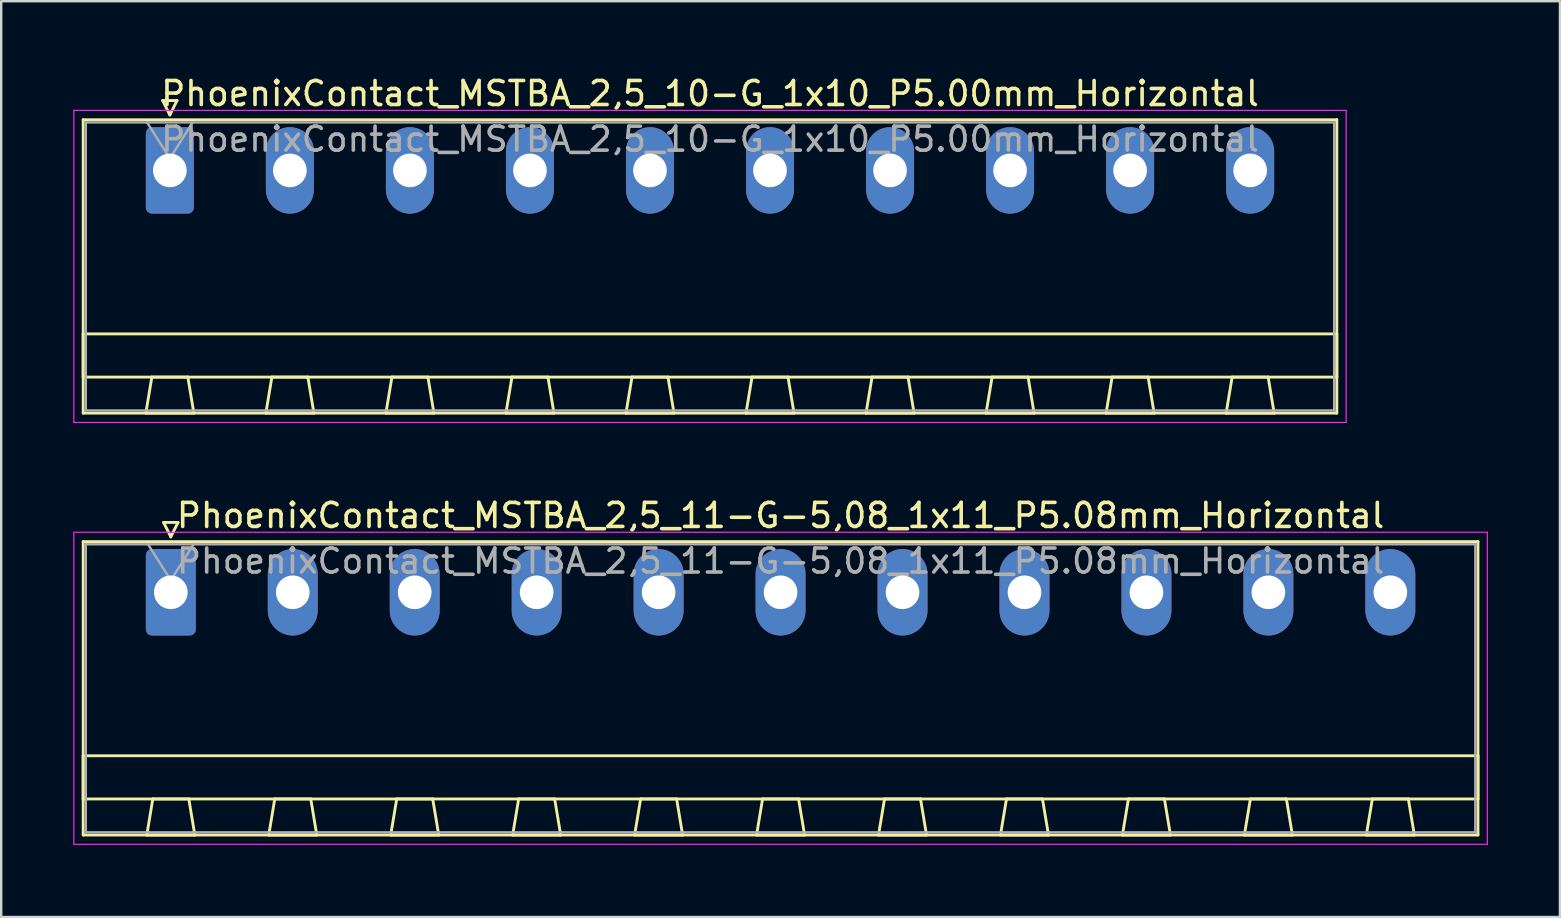
<source format=kicad_pcb>
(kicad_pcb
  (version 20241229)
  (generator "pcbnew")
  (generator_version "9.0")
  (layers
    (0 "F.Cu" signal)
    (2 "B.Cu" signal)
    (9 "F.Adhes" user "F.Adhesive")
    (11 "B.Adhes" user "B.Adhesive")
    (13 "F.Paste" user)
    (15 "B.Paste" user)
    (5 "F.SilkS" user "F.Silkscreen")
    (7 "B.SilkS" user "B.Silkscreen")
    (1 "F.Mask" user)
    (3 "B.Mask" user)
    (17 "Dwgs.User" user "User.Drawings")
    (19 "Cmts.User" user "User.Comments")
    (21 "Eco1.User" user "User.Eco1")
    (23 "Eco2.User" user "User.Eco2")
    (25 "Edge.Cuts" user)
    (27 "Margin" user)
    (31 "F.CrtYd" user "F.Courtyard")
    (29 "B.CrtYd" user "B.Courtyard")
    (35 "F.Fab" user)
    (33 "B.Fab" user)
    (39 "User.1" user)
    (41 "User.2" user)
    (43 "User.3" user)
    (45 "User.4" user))
  (footprint "PhoenixContact_MSTBA_2,5_10-G_1x10_P5.00mm_Horizontal"
    (layer "F.Cu")
    (at 4.025 4.048)
    (property "Reference" "PhoenixContact_MSTBA_2,5_10-G_1x10_P5.00mm_Horizontal" (at 22.5 -3.2 0) (layer "F.SilkS") (effects (font (size 1 1) (thickness 0.15))))
    (attr through_hole)
    (fp_line (start -3.61 -2.11) (end -3.61 10.11) (stroke (width 0.12) (type solid)) (layer "F.SilkS"))
    (fp_line (start -3.61 6.81) (end 48.61 6.81) (stroke (width 0.12) (type solid)) (layer "F.SilkS"))
    (fp_line (start -3.61 8.61) (end -3.61 6.81) (stroke (width 0.12) (type solid)) (layer "F.SilkS"))
    (fp_line (start -3.61 10.11) (end 48.61 10.11) (stroke (width 0.12) (type solid)) (layer "F.SilkS"))
    (fp_line (start -1 10.11) (end 1 10.11) (stroke (width 0.12) (type solid)) (layer "F.SilkS"))
    (fp_line (start -0.75 8.61) (end -1 10.11) (stroke (width 0.12) (type solid)) (layer "F.SilkS"))
    (fp_line (start -0.3 -2.91) (end 0.3 -2.91) (stroke (width 0.12) (type solid)) (layer "F.SilkS"))
    (fp_line (start 0 -2.31) (end -0.3 -2.91) (stroke (width 0.12) (type solid)) (layer "F.SilkS"))
    (fp_line (start 0.3 -2.91) (end 0 -2.31) (stroke (width 0.12) (type solid)) (layer "F.SilkS"))
    (fp_line (start 0.75 8.61) (end -0.75 8.61) (stroke (width 0.12) (type solid)) (layer "F.SilkS"))
    (fp_line (start 1 10.11) (end 0.75 8.61) (stroke (width 0.12) (type solid)) (layer "F.SilkS"))
    (fp_line (start 4 10.11) (end 6 10.11) (stroke (width 0.12) (type solid)) (layer "F.SilkS"))
    (fp_line (start 4.25 8.61) (end 4 10.11) (stroke (width 0.12) (type solid)) (layer "F.SilkS"))
    (fp_line (start 5.75 8.61) (end 4.25 8.61) (stroke (width 0.12) (type solid)) (layer "F.SilkS"))
    (fp_line (start 6 10.11) (end 5.75 8.61) (stroke (width 0.12) (type solid)) (layer "F.SilkS"))
    (fp_line (start 9 10.11) (end 11 10.11) (stroke (width 0.12) (type solid)) (layer "F.SilkS"))
    (fp_line (start 9.25 8.61) (end 9 10.11) (stroke (width 0.12) (type solid)) (layer "F.SilkS"))
    (fp_line (start 10.75 8.61) (end 9.25 8.61) (stroke (width 0.12) (type solid)) (layer "F.SilkS"))
    (fp_line (start 11 10.11) (end 10.75 8.61) (stroke (width 0.12) (type solid)) (layer "F.SilkS"))
    (fp_line (start 14 10.11) (end 16 10.11) (stroke (width 0.12) (type solid)) (layer "F.SilkS"))
    (fp_line (start 14.25 8.61) (end 14 10.11) (stroke (width 0.12) (type solid)) (layer "F.SilkS"))
    (fp_line (start 15.75 8.61) (end 14.25 8.61) (stroke (width 0.12) (type solid)) (layer "F.SilkS"))
    (fp_line (start 16 10.11) (end 15.75 8.61) (stroke (width 0.12) (type solid)) (layer "F.SilkS"))
    (fp_line (start 19 10.11) (end 21 10.11) (stroke (width 0.12) (type solid)) (layer "F.SilkS"))
    (fp_line (start 19.25 8.61) (end 19 10.11) (stroke (width 0.12) (type solid)) (layer "F.SilkS"))
    (fp_line (start 20.75 8.61) (end 19.25 8.61) (stroke (width 0.12) (type solid)) (layer "F.SilkS"))
    (fp_line (start 21 10.11) (end 20.75 8.61) (stroke (width 0.12) (type solid)) (layer "F.SilkS"))
    (fp_line (start 24 10.11) (end 26 10.11) (stroke (width 0.12) (type solid)) (layer "F.SilkS"))
    (fp_line (start 24.25 8.61) (end 24 10.11) (stroke (width 0.12) (type solid)) (layer "F.SilkS"))
    (fp_line (start 25.75 8.61) (end 24.25 8.61) (stroke (width 0.12) (type solid)) (layer "F.SilkS"))
    (fp_line (start 26 10.11) (end 25.75 8.61) (stroke (width 0.12) (type solid)) (layer "F.SilkS"))
    (fp_line (start 29 10.11) (end 31 10.11) (stroke (width 0.12) (type solid)) (layer "F.SilkS"))
    (fp_line (start 29.25 8.61) (end 29 10.11) (stroke (width 0.12) (type solid)) (layer "F.SilkS"))
    (fp_line (start 30.75 8.61) (end 29.25 8.61) (stroke (width 0.12) (type solid)) (layer "F.SilkS"))
    (fp_line (start 31 10.11) (end 30.75 8.61) (stroke (width 0.12) (type solid)) (layer "F.SilkS"))
    (fp_line (start 34 10.11) (end 36 10.11) (stroke (width 0.12) (type solid)) (layer "F.SilkS"))
    (fp_line (start 34.25 8.61) (end 34 10.11) (stroke (width 0.12) (type solid)) (layer "F.SilkS"))
    (fp_line (start 35.75 8.61) (end 34.25 8.61) (stroke (width 0.12) (type solid)) (layer "F.SilkS"))
    (fp_line (start 36 10.11) (end 35.75 8.61) (stroke (width 0.12) (type solid)) (layer "F.SilkS"))
    (fp_line (start 39 10.11) (end 41 10.11) (stroke (width 0.12) (type solid)) (layer "F.SilkS"))
    (fp_line (start 39.25 8.61) (end 39 10.11) (stroke (width 0.12) (type solid)) (layer "F.SilkS"))
    (fp_line (start 40.75 8.61) (end 39.25 8.61) (stroke (width 0.12) (type solid)) (layer "F.SilkS"))
    (fp_line (start 41 10.11) (end 40.75 8.61) (stroke (width 0.12) (type solid)) (layer "F.SilkS"))
    (fp_line (start 44 10.11) (end 46 10.11) (stroke (width 0.12) (type solid)) (layer "F.SilkS"))
    (fp_line (start 44.25 8.61) (end 44 10.11) (stroke (width 0.12) (type solid)) (layer "F.SilkS"))
    (fp_line (start 45.75 8.61) (end 44.25 8.61) (stroke (width 0.12) (type solid)) (layer "F.SilkS"))
    (fp_line (start 46 10.11) (end 45.75 8.61) (stroke (width 0.12) (type solid)) (layer "F.SilkS"))
    (fp_line (start 48.61 -2.11) (end -3.61 -2.11) (stroke (width 0.12) (type solid)) (layer "F.SilkS"))
    (fp_line (start 48.61 6.81) (end 48.61 8.61) (stroke (width 0.12) (type solid)) (layer "F.SilkS"))
    (fp_line (start 48.61 8.61) (end -3.61 8.61) (stroke (width 0.12) (type solid)) (layer "F.SilkS"))
    (fp_line (start 48.61 10.11) (end 48.61 -2.11) (stroke (width 0.12) (type solid)) (layer "F.SilkS"))
    (fp_line (start -4 -2.5) (end -4 10.5) (stroke (width 0.05) (type solid)) (layer "F.CrtYd"))
    (fp_line (start -4 10.5) (end 49 10.5) (stroke (width 0.05) (type solid)) (layer "F.CrtYd"))
    (fp_line (start 49 -2.5) (end -4 -2.5) (stroke (width 0.05) (type solid)) (layer "F.CrtYd"))
    (fp_line (start 49 10.5) (end 49 -2.5) (stroke (width 0.05) (type solid)) (layer "F.CrtYd"))
    (fp_line (start -3.5 -2) (end -3.5 10) (stroke (width 0.1) (type solid)) (layer "F.Fab"))
    (fp_line (start -3.5 10) (end 48.5 10) (stroke (width 0.1) (type solid)) (layer "F.Fab"))
    (fp_line (start 0 -0.5) (end -0.95 -2) (stroke (width 0.1) (type solid)) (layer "F.Fab"))
    (fp_line (start 0.95 -2) (end 0 -0.5) (stroke (width 0.1) (type solid)) (layer "F.Fab"))
    (fp_line (start 48.5 -2) (end -3.5 -2) (stroke (width 0.1) (type solid)) (layer "F.Fab"))
    (fp_line (start 48.5 10) (end 48.5 -2) (stroke (width 0.1) (type solid)) (layer "F.Fab"))
    (fp_text user "${REFERENCE}" (at 22.5 -1.3 0) (layer "F.Fab") (effects (font (size 1 1) (thickness 0.15))))
    (pad "1" thru_hole roundrect (at 0 0) (size 2 3.6) (drill 1.4) (layers "*.Cu" "*.Mask") (roundrect_rratio 0.125))
    (pad "2" thru_hole oval (at 5 0) (size 2 3.6) (drill 1.4) (layers "*.Cu" "*.Mask"))
    (pad "3" thru_hole oval (at 10 0) (size 2 3.6) (drill 1.4) (layers "*.Cu" "*.Mask"))
    (pad "4" thru_hole oval (at 15 0) (size 2 3.6) (drill 1.4) (layers "*.Cu" "*.Mask"))
    (pad "5" thru_hole oval (at 20 0) (size 2 3.6) (drill 1.4) (layers "*.Cu" "*.Mask"))
    (pad "6" thru_hole oval (at 25 0) (size 2 3.6) (drill 1.4) (layers "*.Cu" "*.Mask"))
    (pad "7" thru_hole oval (at 30 0) (size 2 3.6) (drill 1.4) (layers "*.Cu" "*.Mask"))
    (pad "8" thru_hole oval (at 35 0) (size 2 3.6) (drill 1.4) (layers "*.Cu" "*.Mask"))
    (pad "9" thru_hole oval (at 40 0) (size 2 3.6) (drill 1.4) (layers "*.Cu" "*.Mask"))
    (pad "10" thru_hole oval (at 45 0) (size 2 3.6) (drill 1.4) (layers "*.Cu" "*.Mask")))
  (footprint "PhoenixContact_MSTBA_2,5_11-G-5,08_1x11_P5.08mm_Horizontal"
    (layer "F.Cu")
    (at 4.065 21.622)
    (property "Reference" "PhoenixContact_MSTBA_2,5_11-G-5,08_1x11_P5.08mm_Horizontal" (at 25.4 -3.2 0) (layer "F.SilkS") (effects (font (size 1 1) (thickness 0.15))))
    (attr through_hole)
    (fp_line (start -3.65 -2.11) (end -3.65 10.11) (stroke (width 0.12) (type solid)) (layer "F.SilkS"))
    (fp_line (start -3.65 6.81) (end 54.45 6.81) (stroke (width 0.12) (type solid)) (layer "F.SilkS"))
    (fp_line (start -3.65 8.61) (end -3.65 6.81) (stroke (width 0.12) (type solid)) (layer "F.SilkS"))
    (fp_line (start -3.65 10.11) (end 54.45 10.11) (stroke (width 0.12) (type solid)) (layer "F.SilkS"))
    (fp_line (start -1 10.11) (end 1 10.11) (stroke (width 0.12) (type solid)) (layer "F.SilkS"))
    (fp_line (start -0.75 8.61) (end -1 10.11) (stroke (width 0.12) (type solid)) (layer "F.SilkS"))
    (fp_line (start -0.3 -2.91) (end 0.3 -2.91) (stroke (width 0.12) (type solid)) (layer "F.SilkS"))
    (fp_line (start 0 -2.31) (end -0.3 -2.91) (stroke (width 0.12) (type solid)) (layer "F.SilkS"))
    (fp_line (start 0.3 -2.91) (end 0 -2.31) (stroke (width 0.12) (type solid)) (layer "F.SilkS"))
    (fp_line (start 0.75 8.61) (end -0.75 8.61) (stroke (width 0.12) (type solid)) (layer "F.SilkS"))
    (fp_line (start 1 10.11) (end 0.75 8.61) (stroke (width 0.12) (type solid)) (layer "F.SilkS"))
    (fp_line (start 4.08 10.11) (end 6.08 10.11) (stroke (width 0.12) (type solid)) (layer "F.SilkS"))
    (fp_line (start 4.33 8.61) (end 4.08 10.11) (stroke (width 0.12) (type solid)) (layer "F.SilkS"))
    (fp_line (start 5.83 8.61) (end 4.33 8.61) (stroke (width 0.12) (type solid)) (layer "F.SilkS"))
    (fp_line (start 6.08 10.11) (end 5.83 8.61) (stroke (width 0.12) (type solid)) (layer "F.SilkS"))
    (fp_line (start 9.16 10.11) (end 11.16 10.11) (stroke (width 0.12) (type solid)) (layer "F.SilkS"))
    (fp_line (start 9.41 8.61) (end 9.16 10.11) (stroke (width 0.12) (type solid)) (layer "F.SilkS"))
    (fp_line (start 10.91 8.61) (end 9.41 8.61) (stroke (width 0.12) (type solid)) (layer "F.SilkS"))
    (fp_line (start 11.16 10.11) (end 10.91 8.61) (stroke (width 0.12) (type solid)) (layer "F.SilkS"))
    (fp_line (start 14.24 10.11) (end 16.24 10.11) (stroke (width 0.12) (type solid)) (layer "F.SilkS"))
    (fp_line (start 14.49 8.61) (end 14.24 10.11) (stroke (width 0.12) (type solid)) (layer "F.SilkS"))
    (fp_line (start 15.99 8.61) (end 14.49 8.61) (stroke (width 0.12) (type solid)) (layer "F.SilkS"))
    (fp_line (start 16.24 10.11) (end 15.99 8.61) (stroke (width 0.12) (type solid)) (layer "F.SilkS"))
    (fp_line (start 19.32 10.11) (end 21.32 10.11) (stroke (width 0.12) (type solid)) (layer "F.SilkS"))
    (fp_line (start 19.57 8.61) (end 19.32 10.11) (stroke (width 0.12) (type solid)) (layer "F.SilkS"))
    (fp_line (start 21.07 8.61) (end 19.57 8.61) (stroke (width 0.12) (type solid)) (layer "F.SilkS"))
    (fp_line (start 21.32 10.11) (end 21.07 8.61) (stroke (width 0.12) (type solid)) (layer "F.SilkS"))
    (fp_line (start 24.4 10.11) (end 26.4 10.11) (stroke (width 0.12) (type solid)) (layer "F.SilkS"))
    (fp_line (start 24.65 8.61) (end 24.4 10.11) (stroke (width 0.12) (type solid)) (layer "F.SilkS"))
    (fp_line (start 26.15 8.61) (end 24.65 8.61) (stroke (width 0.12) (type solid)) (layer "F.SilkS"))
    (fp_line (start 26.4 10.11) (end 26.15 8.61) (stroke (width 0.12) (type solid)) (layer "F.SilkS"))
    (fp_line (start 29.48 10.11) (end 31.48 10.11) (stroke (width 0.12) (type solid)) (layer "F.SilkS"))
    (fp_line (start 29.73 8.61) (end 29.48 10.11) (stroke (width 0.12) (type solid)) (layer "F.SilkS"))
    (fp_line (start 31.23 8.61) (end 29.73 8.61) (stroke (width 0.12) (type solid)) (layer "F.SilkS"))
    (fp_line (start 31.48 10.11) (end 31.23 8.61) (stroke (width 0.12) (type solid)) (layer "F.SilkS"))
    (fp_line (start 34.56 10.11) (end 36.56 10.11) (stroke (width 0.12) (type solid)) (layer "F.SilkS"))
    (fp_line (start 34.81 8.61) (end 34.56 10.11) (stroke (width 0.12) (type solid)) (layer "F.SilkS"))
    (fp_line (start 36.31 8.61) (end 34.81 8.61) (stroke (width 0.12) (type solid)) (layer "F.SilkS"))
    (fp_line (start 36.56 10.11) (end 36.31 8.61) (stroke (width 0.12) (type solid)) (layer "F.SilkS"))
    (fp_line (start 39.64 10.11) (end 41.64 10.11) (stroke (width 0.12) (type solid)) (layer "F.SilkS"))
    (fp_line (start 39.89 8.61) (end 39.64 10.11) (stroke (width 0.12) (type solid)) (layer "F.SilkS"))
    (fp_line (start 41.39 8.61) (end 39.89 8.61) (stroke (width 0.12) (type solid)) (layer "F.SilkS"))
    (fp_line (start 41.64 10.11) (end 41.39 8.61) (stroke (width 0.12) (type solid)) (layer "F.SilkS"))
    (fp_line (start 44.72 10.11) (end 46.72 10.11) (stroke (width 0.12) (type solid)) (layer "F.SilkS"))
    (fp_line (start 44.97 8.61) (end 44.72 10.11) (stroke (width 0.12) (type solid)) (layer "F.SilkS"))
    (fp_line (start 46.47 8.61) (end 44.97 8.61) (stroke (width 0.12) (type solid)) (layer "F.SilkS"))
    (fp_line (start 46.72 10.11) (end 46.47 8.61) (stroke (width 0.12) (type solid)) (layer "F.SilkS"))
    (fp_line (start 49.8 10.11) (end 51.8 10.11) (stroke (width 0.12) (type solid)) (layer "F.SilkS"))
    (fp_line (start 50.05 8.61) (end 49.8 10.11) (stroke (width 0.12) (type solid)) (layer "F.SilkS"))
    (fp_line (start 51.55 8.61) (end 50.05 8.61) (stroke (width 0.12) (type solid)) (layer "F.SilkS"))
    (fp_line (start 51.8 10.11) (end 51.55 8.61) (stroke (width 0.12) (type solid)) (layer "F.SilkS"))
    (fp_line (start 54.45 -2.11) (end -3.65 -2.11) (stroke (width 0.12) (type solid)) (layer "F.SilkS"))
    (fp_line (start 54.45 6.81) (end 54.45 8.61) (stroke (width 0.12) (type solid)) (layer "F.SilkS"))
    (fp_line (start 54.45 8.61) (end -3.65 8.61) (stroke (width 0.12) (type solid)) (layer "F.SilkS"))
    (fp_line (start 54.45 10.11) (end 54.45 -2.11) (stroke (width 0.12) (type solid)) (layer "F.SilkS"))
    (fp_line (start -4.04 -2.5) (end -4.04 10.5) (stroke (width 0.05) (type solid)) (layer "F.CrtYd"))
    (fp_line (start -4.04 10.5) (end 54.84 10.5) (stroke (width 0.05) (type solid)) (layer "F.CrtYd"))
    (fp_line (start 54.84 -2.5) (end -4.04 -2.5) (stroke (width 0.05) (type solid)) (layer "F.CrtYd"))
    (fp_line (start 54.84 10.5) (end 54.84 -2.5) (stroke (width 0.05) (type solid)) (layer "F.CrtYd"))
    (fp_line (start -3.54 -2) (end -3.54 10) (stroke (width 0.1) (type solid)) (layer "F.Fab"))
    (fp_line (start -3.54 10) (end 54.34 10) (stroke (width 0.1) (type solid)) (layer "F.Fab"))
    (fp_line (start 0 -0.5) (end -0.95 -2) (stroke (width 0.1) (type solid)) (layer "F.Fab"))
    (fp_line (start 0.95 -2) (end 0 -0.5) (stroke (width 0.1) (type solid)) (layer "F.Fab"))
    (fp_line (start 54.34 -2) (end -3.54 -2) (stroke (width 0.1) (type solid)) (layer "F.Fab"))
    (fp_line (start 54.34 10) (end 54.34 -2) (stroke (width 0.1) (type solid)) (layer "F.Fab"))
    (fp_text user "${REFERENCE}" (at 25.4 -1.3 0) (layer "F.Fab") (effects (font (size 1 1) (thickness 0.15))))
    (pad "1" thru_hole roundrect (at 0 0) (size 2.08 3.6) (drill 1.4) (layers "*.Cu" "*.Mask") (roundrect_rratio 0.12))
    (pad "2" thru_hole oval (at 5.08 0) (size 2.08 3.6) (drill 1.4) (layers "*.Cu" "*.Mask"))
    (pad "3" thru_hole oval (at 10.16 0) (size 2.08 3.6) (drill 1.4) (layers "*.Cu" "*.Mask"))
    (pad "4" thru_hole oval (at 15.24 0) (size 2.08 3.6) (drill 1.4) (layers "*.Cu" "*.Mask"))
    (pad "5" thru_hole oval (at 20.32 0) (size 2.08 3.6) (drill 1.4) (layers "*.Cu" "*.Mask"))
    (pad "6" thru_hole oval (at 25.4 0) (size 2.08 3.6) (drill 1.4) (layers "*.Cu" "*.Mask"))
    (pad "7" thru_hole oval (at 30.48 0) (size 2.08 3.6) (drill 1.4) (layers "*.Cu" "*.Mask"))
    (pad "8" thru_hole oval (at 35.56 0) (size 2.08 3.6) (drill 1.4) (layers "*.Cu" "*.Mask"))
    (pad "9" thru_hole oval (at 40.64 0) (size 2.08 3.6) (drill 1.4) (layers "*.Cu" "*.Mask"))
    (pad "10" thru_hole oval (at 45.72 0) (size 2.08 3.6) (drill 1.4) (layers "*.Cu" "*.Mask"))
    (pad "11" thru_hole oval (at 50.8 0) (size 2.08 3.6) (drill 1.4) (layers "*.Cu" "*.Mask")))
  (gr_rect
    (start -3 -3)
    (end 61.93 35.147)
    (stroke (width 0.1) (type default))
    (fill no)
    (layer "Edge.Cuts")))
</source>
